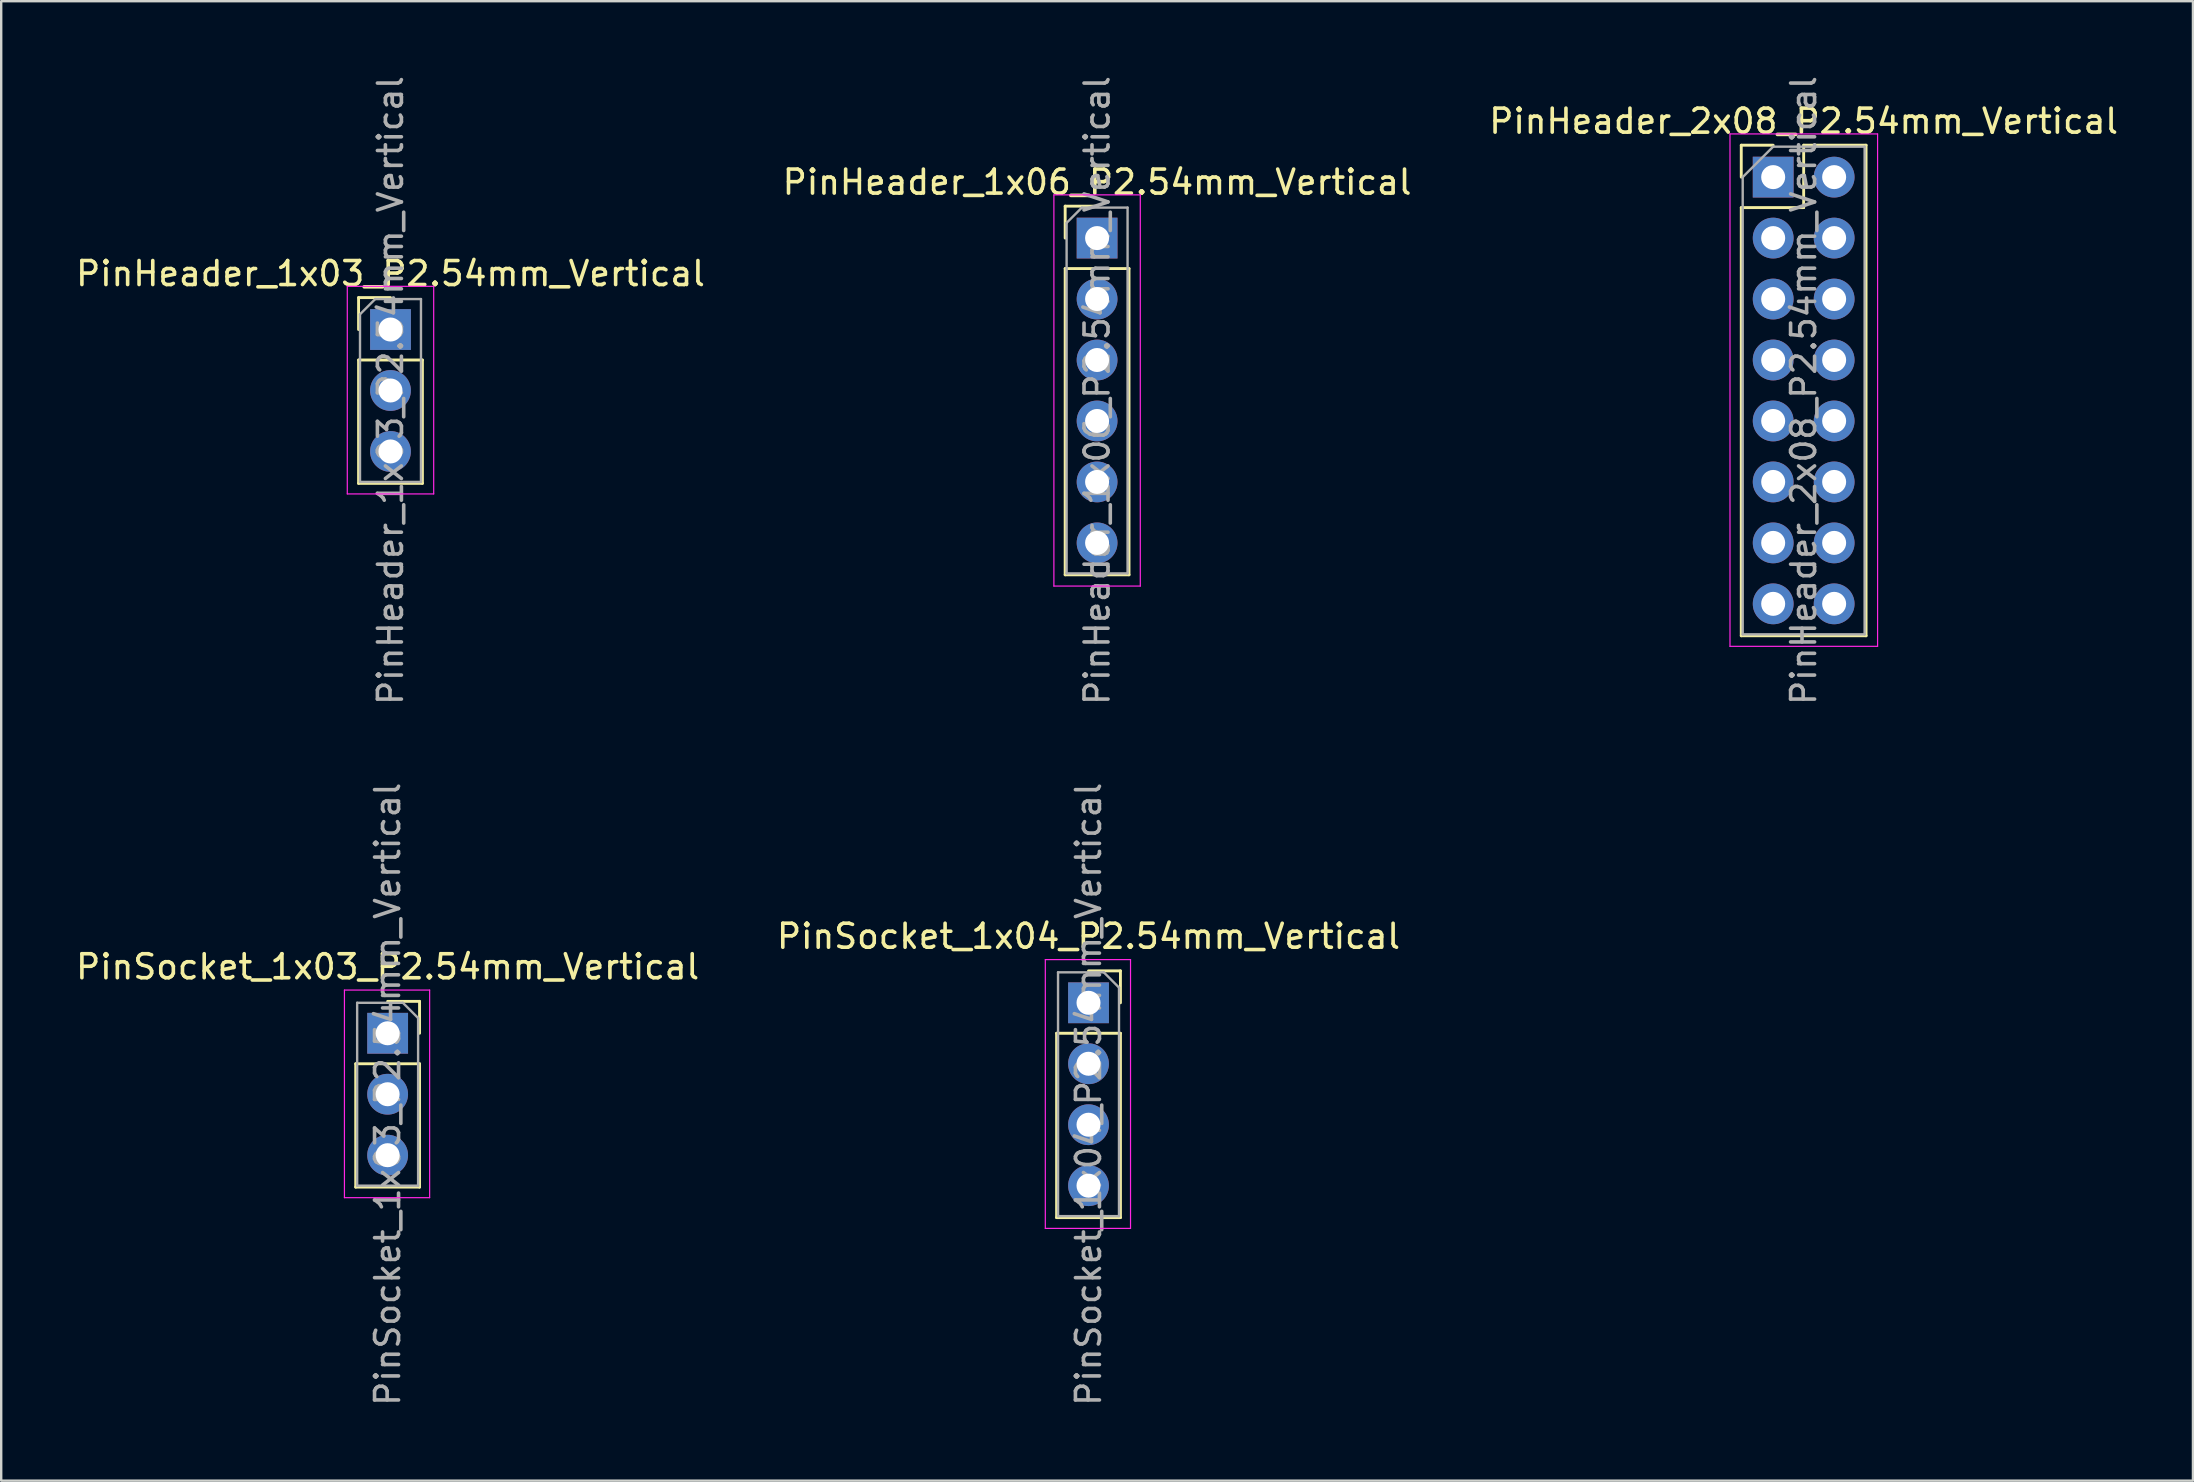
<source format=kicad_pcb>
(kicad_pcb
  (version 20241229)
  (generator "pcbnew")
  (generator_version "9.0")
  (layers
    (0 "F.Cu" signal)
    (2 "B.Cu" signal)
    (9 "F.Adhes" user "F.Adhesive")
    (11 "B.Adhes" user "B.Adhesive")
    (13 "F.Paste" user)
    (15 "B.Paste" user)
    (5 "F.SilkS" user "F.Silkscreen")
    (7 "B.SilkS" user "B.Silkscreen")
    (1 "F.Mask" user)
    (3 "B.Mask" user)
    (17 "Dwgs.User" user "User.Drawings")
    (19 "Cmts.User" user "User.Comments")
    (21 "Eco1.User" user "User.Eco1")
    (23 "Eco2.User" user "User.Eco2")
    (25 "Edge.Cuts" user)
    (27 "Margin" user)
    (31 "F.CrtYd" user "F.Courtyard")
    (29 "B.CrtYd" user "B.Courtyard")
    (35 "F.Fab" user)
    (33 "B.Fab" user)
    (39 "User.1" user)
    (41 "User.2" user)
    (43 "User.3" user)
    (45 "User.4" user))
  (footprint "PinHeader_1x03_P2.54mm_Vertical"
    (layer "F.Cu")
    (at 13.22 10.68)
    (property "Reference" "PinHeader_1x03_P2.54mm_Vertical" (at 0 -2.33 180) (layer "F.SilkS") (effects (font (size 1 1) (thickness 0.15))))
    (attr through_hole)
    (fp_line (start -1.33 -1.33) (end 0 -1.33) (stroke (width 0.12) (type solid)) (layer "F.SilkS"))
    (fp_line (start -1.33 0) (end -1.33 -1.33) (stroke (width 0.12) (type solid)) (layer "F.SilkS"))
    (fp_line (start -1.33 1.27) (end -1.33 6.41) (stroke (width 0.12) (type solid)) (layer "F.SilkS"))
    (fp_line (start -1.33 1.27) (end 1.33 1.27) (stroke (width 0.12) (type solid)) (layer "F.SilkS"))
    (fp_line (start -1.33 6.41) (end 1.33 6.41) (stroke (width 0.12) (type solid)) (layer "F.SilkS"))
    (fp_line (start 1.33 1.27) (end 1.33 6.41) (stroke (width 0.12) (type solid)) (layer "F.SilkS"))
    (fp_line (start -1.8 -1.8) (end -1.8 6.85) (stroke (width 0.05) (type solid)) (layer "F.CrtYd"))
    (fp_line (start -1.8 6.85) (end 1.8 6.85) (stroke (width 0.05) (type solid)) (layer "F.CrtYd"))
    (fp_line (start 1.8 -1.8) (end -1.8 -1.8) (stroke (width 0.05) (type solid)) (layer "F.CrtYd"))
    (fp_line (start 1.8 6.85) (end 1.8 -1.8) (stroke (width 0.05) (type solid)) (layer "F.CrtYd"))
    (fp_line (start -1.27 -0.635) (end -0.635 -1.27) (stroke (width 0.1) (type solid)) (layer "F.Fab"))
    (fp_line (start -1.27 6.35) (end -1.27 -0.635) (stroke (width 0.1) (type solid)) (layer "F.Fab"))
    (fp_line (start -0.635 -1.27) (end 1.27 -1.27) (stroke (width 0.1) (type solid)) (layer "F.Fab"))
    (fp_line (start 1.27 -1.27) (end 1.27 6.35) (stroke (width 0.1) (type solid)) (layer "F.Fab"))
    (fp_line (start 1.27 6.35) (end -1.27 6.35) (stroke (width 0.1) (type solid)) (layer "F.Fab"))
    (fp_text user "${REFERENCE}" (at 0 2.54 270) (layer "F.Fab") (effects (font (size 1 1) (thickness 0.15))))
    (pad "1" thru_hole rect (at 0 0) (size 1.7 1.7) (drill 1) (layers "*.Cu" "*.Mask"))
    (pad "2" thru_hole oval (at 0 2.54) (size 1.7 1.7) (drill 1) (layers "*.Cu" "*.Mask"))
    (pad "3" thru_hole oval (at 0 5.08) (size 1.7 1.7) (drill 1) (layers "*.Cu" "*.Mask")))
  (footprint "PinSocket_1x03_P2.54mm_Vertical"
    (layer "F.Cu")
    (at 13.101 40.002)
    (property "Reference" "PinSocket_1x03_P2.54mm_Vertical" (at 0 -2.77 0) (layer "F.SilkS") (effects (font (size 1 1) (thickness 0.15))))
    (attr through_hole)
    (fp_line (start -1.33 1.27) (end -1.33 6.41) (stroke (width 0.12) (type solid)) (layer "F.SilkS"))
    (fp_line (start -1.33 1.27) (end 1.33 1.27) (stroke (width 0.12) (type solid)) (layer "F.SilkS"))
    (fp_line (start -1.33 6.41) (end 1.33 6.41) (stroke (width 0.12) (type solid)) (layer "F.SilkS"))
    (fp_line (start 0 -1.33) (end 1.33 -1.33) (stroke (width 0.12) (type solid)) (layer "F.SilkS"))
    (fp_line (start 1.33 -1.33) (end 1.33 0) (stroke (width 0.12) (type solid)) (layer "F.SilkS"))
    (fp_line (start 1.33 1.27) (end 1.33 6.41) (stroke (width 0.12) (type solid)) (layer "F.SilkS"))
    (fp_line (start -1.8 -1.8) (end 1.75 -1.8) (stroke (width 0.05) (type solid)) (layer "F.CrtYd"))
    (fp_line (start -1.8 6.85) (end -1.8 -1.8) (stroke (width 0.05) (type solid)) (layer "F.CrtYd"))
    (fp_line (start 1.75 -1.8) (end 1.75 6.85) (stroke (width 0.05) (type solid)) (layer "F.CrtYd"))
    (fp_line (start 1.75 6.85) (end -1.8 6.85) (stroke (width 0.05) (type solid)) (layer "F.CrtYd"))
    (fp_line (start -1.27 -1.27) (end 0.635 -1.27) (stroke (width 0.1) (type solid)) (layer "F.Fab"))
    (fp_line (start -1.27 6.35) (end -1.27 -1.27) (stroke (width 0.1) (type solid)) (layer "F.Fab"))
    (fp_line (start 0.635 -1.27) (end 1.27 -0.635) (stroke (width 0.1) (type solid)) (layer "F.Fab"))
    (fp_line (start 1.27 -0.635) (end 1.27 6.35) (stroke (width 0.1) (type solid)) (layer "F.Fab"))
    (fp_line (start 1.27 6.35) (end -1.27 6.35) (stroke (width 0.1) (type solid)) (layer "F.Fab"))
    (fp_text user "${REFERENCE}" (at 0 2.54 90) (layer "F.Fab") (effects (font (size 1 1) (thickness 0.15))))
    (pad "1" thru_hole rect (at 0 0) (size 1.7 1.7) (drill 1) (layers "*.Cu" "*.Mask"))
    (pad "2" thru_hole oval (at 0 2.54) (size 1.7 1.7) (drill 1) (layers "*.Cu" "*.Mask"))
    (pad "3" thru_hole oval (at 0 5.08) (size 1.7 1.7) (drill 1) (layers "*.Cu" "*.Mask")))
  (footprint "PinSocket_1x04_P2.54mm_Vertical"
    (layer "F.Cu")
    (at 42.304 38.732)
    (property "Reference" "PinSocket_1x04_P2.54mm_Vertical" (at 0 -2.77 0) (layer "F.SilkS") (effects (font (size 1 1) (thickness 0.15))))
    (attr through_hole)
    (fp_line (start -1.33 1.27) (end -1.33 8.95) (stroke (width 0.12) (type solid)) (layer "F.SilkS"))
    (fp_line (start -1.33 1.27) (end 1.33 1.27) (stroke (width 0.12) (type solid)) (layer "F.SilkS"))
    (fp_line (start -1.33 8.95) (end 1.33 8.95) (stroke (width 0.12) (type solid)) (layer "F.SilkS"))
    (fp_line (start 0 -1.33) (end 1.33 -1.33) (stroke (width 0.12) (type solid)) (layer "F.SilkS"))
    (fp_line (start 1.33 -1.33) (end 1.33 0) (stroke (width 0.12) (type solid)) (layer "F.SilkS"))
    (fp_line (start 1.33 1.27) (end 1.33 8.95) (stroke (width 0.12) (type solid)) (layer "F.SilkS"))
    (fp_line (start -1.8 -1.8) (end 1.75 -1.8) (stroke (width 0.05) (type solid)) (layer "F.CrtYd"))
    (fp_line (start -1.8 9.4) (end -1.8 -1.8) (stroke (width 0.05) (type solid)) (layer "F.CrtYd"))
    (fp_line (start 1.75 -1.8) (end 1.75 9.4) (stroke (width 0.05) (type solid)) (layer "F.CrtYd"))
    (fp_line (start 1.75 9.4) (end -1.8 9.4) (stroke (width 0.05) (type solid)) (layer "F.CrtYd"))
    (fp_line (start -1.27 -1.27) (end 0.635 -1.27) (stroke (width 0.1) (type solid)) (layer "F.Fab"))
    (fp_line (start -1.27 8.89) (end -1.27 -1.27) (stroke (width 0.1) (type solid)) (layer "F.Fab"))
    (fp_line (start 0.635 -1.27) (end 1.27 -0.635) (stroke (width 0.1) (type solid)) (layer "F.Fab"))
    (fp_line (start 1.27 -0.635) (end 1.27 8.89) (stroke (width 0.1) (type solid)) (layer "F.Fab"))
    (fp_line (start 1.27 8.89) (end -1.27 8.89) (stroke (width 0.1) (type solid)) (layer "F.Fab"))
    (fp_text user "${REFERENCE}" (at 0 3.81 90) (layer "F.Fab") (effects (font (size 1 1) (thickness 0.15))))
    (pad "1" thru_hole rect (at 0 0) (size 1.7 1.7) (drill 1) (layers "*.Cu" "*.Mask"))
    (pad "2" thru_hole oval (at 0 2.54) (size 1.7 1.7) (drill 1) (layers "*.Cu" "*.Mask"))
    (pad "3" thru_hole oval (at 0 5.08) (size 1.7 1.7) (drill 1) (layers "*.Cu" "*.Mask"))
    (pad "4" thru_hole oval (at 0 7.62) (size 1.7 1.7) (drill 1) (layers "*.Cu" "*.Mask")))
  (footprint "PinHeader_2x08_P2.54mm_Vertical"
    (layer "F.Cu")
    (at 70.831 4.33)
    (property "Reference" "PinHeader_2x08_P2.54mm_Vertical" (at 1.27 -2.33 0) (layer "F.SilkS") (effects (font (size 1 1) (thickness 0.15))))
    (attr through_hole)
    (fp_line (start -1.33 -1.33) (end 0 -1.33) (stroke (width 0.12) (type solid)) (layer "F.SilkS"))
    (fp_line (start -1.33 0) (end -1.33 -1.33) (stroke (width 0.12) (type solid)) (layer "F.SilkS"))
    (fp_line (start -1.33 1.27) (end -1.33 19.11) (stroke (width 0.12) (type solid)) (layer "F.SilkS"))
    (fp_line (start -1.33 1.27) (end 1.27 1.27) (stroke (width 0.12) (type solid)) (layer "F.SilkS"))
    (fp_line (start -1.33 19.11) (end 3.87 19.11) (stroke (width 0.12) (type solid)) (layer "F.SilkS"))
    (fp_line (start 1.27 -1.33) (end 3.87 -1.33) (stroke (width 0.12) (type solid)) (layer "F.SilkS"))
    (fp_line (start 1.27 1.27) (end 1.27 -1.33) (stroke (width 0.12) (type solid)) (layer "F.SilkS"))
    (fp_line (start 3.87 -1.33) (end 3.87 19.11) (stroke (width 0.12) (type solid)) (layer "F.SilkS"))
    (fp_line (start -1.8 -1.8) (end -1.8 19.55) (stroke (width 0.05) (type solid)) (layer "F.CrtYd"))
    (fp_line (start -1.8 19.55) (end 4.35 19.55) (stroke (width 0.05) (type solid)) (layer "F.CrtYd"))
    (fp_line (start 4.35 -1.8) (end -1.8 -1.8) (stroke (width 0.05) (type solid)) (layer "F.CrtYd"))
    (fp_line (start 4.35 19.55) (end 4.35 -1.8) (stroke (width 0.05) (type solid)) (layer "F.CrtYd"))
    (fp_line (start -1.27 0) (end 0 -1.27) (stroke (width 0.1) (type solid)) (layer "F.Fab"))
    (fp_line (start -1.27 19.05) (end -1.27 0) (stroke (width 0.1) (type solid)) (layer "F.Fab"))
    (fp_line (start 0 -1.27) (end 3.81 -1.27) (stroke (width 0.1) (type solid)) (layer "F.Fab"))
    (fp_line (start 3.81 -1.27) (end 3.81 19.05) (stroke (width 0.1) (type solid)) (layer "F.Fab"))
    (fp_line (start 3.81 19.05) (end -1.27 19.05) (stroke (width 0.1) (type solid)) (layer "F.Fab"))
    (fp_text user "${REFERENCE}" (at 1.27 8.89 90) (layer "F.Fab") (effects (font (size 1 1) (thickness 0.15))))
    (pad "1" thru_hole rect (at 0 0) (size 1.7 1.7) (drill 1) (layers "*.Cu" "*.Mask"))
    (pad "2" thru_hole oval (at 2.54 0) (size 1.7 1.7) (drill 1) (layers "*.Cu" "*.Mask"))
    (pad "3" thru_hole oval (at 0 2.54) (size 1.7 1.7) (drill 1) (layers "*.Cu" "*.Mask"))
    (pad "4" thru_hole oval (at 2.54 2.54) (size 1.7 1.7) (drill 1) (layers "*.Cu" "*.Mask"))
    (pad "5" thru_hole oval (at 0 5.08) (size 1.7 1.7) (drill 1) (layers "*.Cu" "*.Mask"))
    (pad "6" thru_hole oval (at 2.54 5.08) (size 1.7 1.7) (drill 1) (layers "*.Cu" "*.Mask"))
    (pad "7" thru_hole oval (at 0 7.62) (size 1.7 1.7) (drill 1) (layers "*.Cu" "*.Mask"))
    (pad "8" thru_hole oval (at 2.54 7.62) (size 1.7 1.7) (drill 1) (layers "*.Cu" "*.Mask"))
    (pad "9" thru_hole oval (at 0 10.16) (size 1.7 1.7) (drill 1) (layers "*.Cu" "*.Mask"))
    (pad "10" thru_hole oval (at 2.54 10.16) (size 1.7 1.7) (drill 1) (layers "*.Cu" "*.Mask"))
    (pad "11" thru_hole oval (at 0 12.7) (size 1.7 1.7) (drill 1) (layers "*.Cu" "*.Mask"))
    (pad "12" thru_hole oval (at 2.54 12.7) (size 1.7 1.7) (drill 1) (layers "*.Cu" "*.Mask"))
    (pad "13" thru_hole oval (at 0 15.24) (size 1.7 1.7) (drill 1) (layers "*.Cu" "*.Mask"))
    (pad "14" thru_hole oval (at 2.54 15.24) (size 1.7 1.7) (drill 1) (layers "*.Cu" "*.Mask"))
    (pad "15" thru_hole oval (at 0 17.78) (size 1.7 1.7) (drill 1) (layers "*.Cu" "*.Mask"))
    (pad "16" thru_hole oval (at 2.54 17.78) (size 1.7 1.7) (drill 1) (layers "*.Cu" "*.Mask")))
  (footprint "PinHeader_1x06_P2.54mm_Vertical"
    (layer "F.Cu")
    (at 42.661 6.87)
    (property "Reference" "PinHeader_1x06_P2.54mm_Vertical" (at 0 -2.33 0) (layer "F.SilkS") (effects (font (size 1 1) (thickness 0.15))))
    (attr through_hole)
    (fp_line (start -1.33 -1.33) (end 0 -1.33) (stroke (width 0.12) (type solid)) (layer "F.SilkS"))
    (fp_line (start -1.33 0) (end -1.33 -1.33) (stroke (width 0.12) (type solid)) (layer "F.SilkS"))
    (fp_line (start -1.33 1.27) (end -1.33 14.03) (stroke (width 0.12) (type solid)) (layer "F.SilkS"))
    (fp_line (start -1.33 1.27) (end 1.33 1.27) (stroke (width 0.12) (type solid)) (layer "F.SilkS"))
    (fp_line (start -1.33 14.03) (end 1.33 14.03) (stroke (width 0.12) (type solid)) (layer "F.SilkS"))
    (fp_line (start 1.33 1.27) (end 1.33 14.03) (stroke (width 0.12) (type solid)) (layer "F.SilkS"))
    (fp_line (start -1.8 -1.8) (end -1.8 14.5) (stroke (width 0.05) (type solid)) (layer "F.CrtYd"))
    (fp_line (start -1.8 14.5) (end 1.8 14.5) (stroke (width 0.05) (type solid)) (layer "F.CrtYd"))
    (fp_line (start 1.8 -1.8) (end -1.8 -1.8) (stroke (width 0.05) (type solid)) (layer "F.CrtYd"))
    (fp_line (start 1.8 14.5) (end 1.8 -1.8) (stroke (width 0.05) (type solid)) (layer "F.CrtYd"))
    (fp_line (start -1.27 -0.635) (end -0.635 -1.27) (stroke (width 0.1) (type solid)) (layer "F.Fab"))
    (fp_line (start -1.27 13.97) (end -1.27 -0.635) (stroke (width 0.1) (type solid)) (layer "F.Fab"))
    (fp_line (start -0.635 -1.27) (end 1.27 -1.27) (stroke (width 0.1) (type solid)) (layer "F.Fab"))
    (fp_line (start 1.27 -1.27) (end 1.27 13.97) (stroke (width 0.1) (type solid)) (layer "F.Fab"))
    (fp_line (start 1.27 13.97) (end -1.27 13.97) (stroke (width 0.1) (type solid)) (layer "F.Fab"))
    (fp_text user "${REFERENCE}" (at 0 6.35 90) (layer "F.Fab") (effects (font (size 1 1) (thickness 0.15))))
    (pad "1" thru_hole rect (at 0 0) (size 1.7 1.7) (drill 1) (layers "*.Cu" "*.Mask"))
    (pad "2" thru_hole oval (at 0 2.54) (size 1.7 1.7) (drill 1) (layers "*.Cu" "*.Mask"))
    (pad "3" thru_hole oval (at 0 5.08) (size 1.7 1.7) (drill 1) (layers "*.Cu" "*.Mask"))
    (pad "4" thru_hole oval (at 0 7.62) (size 1.7 1.7) (drill 1) (layers "*.Cu" "*.Mask"))
    (pad "5" thru_hole oval (at 0 10.16) (size 1.7 1.7) (drill 1) (layers "*.Cu" "*.Mask"))
    (pad "6" thru_hole oval (at 0 12.7) (size 1.7 1.7) (drill 1) (layers "*.Cu" "*.Mask")))
  (gr_rect
    (start -3 -3)
    (end 88.321 58.643)
    (stroke (width 0.1) (type default))
    (fill no)
    (layer "Edge.Cuts")))
</source>
